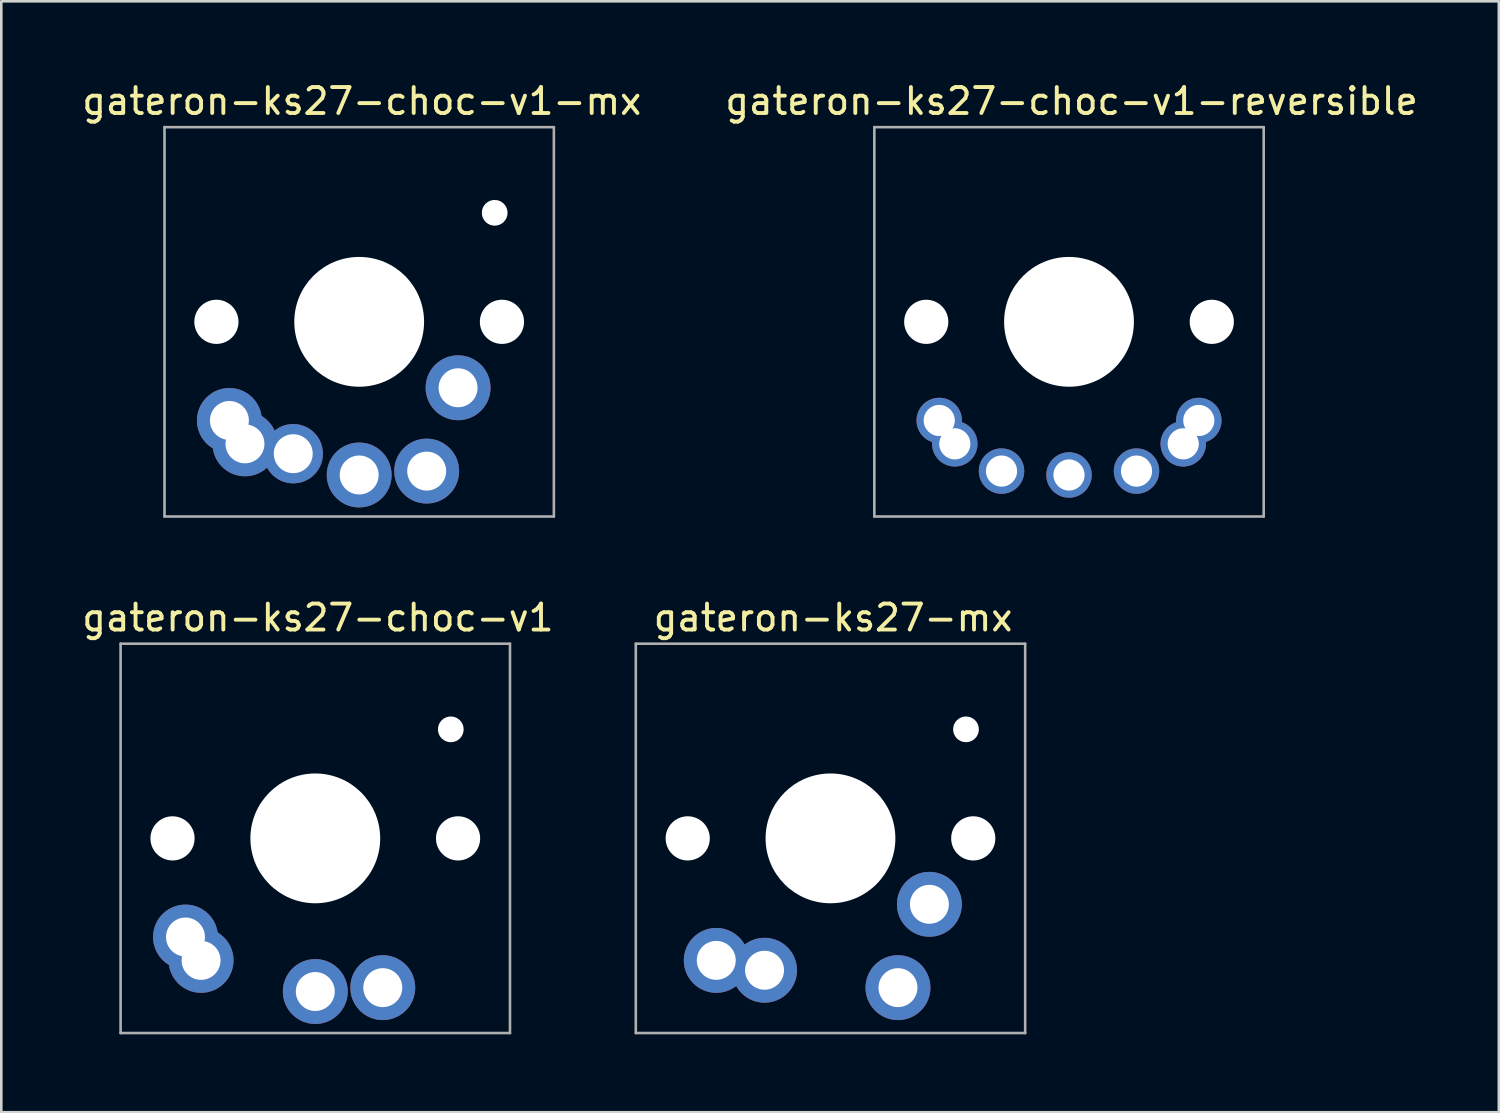
<source format=kicad_pcb>
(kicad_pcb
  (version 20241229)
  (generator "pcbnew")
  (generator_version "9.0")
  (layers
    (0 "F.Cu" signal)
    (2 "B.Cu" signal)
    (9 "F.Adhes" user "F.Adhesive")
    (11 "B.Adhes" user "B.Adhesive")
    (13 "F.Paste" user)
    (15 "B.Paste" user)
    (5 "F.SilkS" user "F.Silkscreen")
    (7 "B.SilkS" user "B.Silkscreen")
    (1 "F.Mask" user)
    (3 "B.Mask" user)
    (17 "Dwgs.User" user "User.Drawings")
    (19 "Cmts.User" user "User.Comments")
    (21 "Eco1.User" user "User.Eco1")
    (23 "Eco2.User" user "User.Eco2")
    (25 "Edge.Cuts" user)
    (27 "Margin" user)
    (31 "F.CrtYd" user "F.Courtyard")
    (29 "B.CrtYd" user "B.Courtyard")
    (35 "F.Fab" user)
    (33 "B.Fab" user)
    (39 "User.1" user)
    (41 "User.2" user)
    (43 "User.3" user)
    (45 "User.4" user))
  (footprint "gateron-ks27-choc-v1-reversible"
    (layer "F.Cu")
    (at 38.132 9.348)
    (property "Reference" "gateron-ks27-choc-v1-reversible" (at 0.1 -8.5 0) (unlocked yes) (layer "F.SilkS") (effects (font (size 1 1) (thickness 0.15))))
    (attr through_hole)
    (fp_line (start -7 -7) (end -7 7) (stroke (width 0.12) (type solid)) (layer "Eco2.User"))
    (fp_line (start -7 7) (end 7 7) (stroke (width 0.12) (type solid)) (layer "Eco2.User"))
    (fp_line (start -3.2 -6.3) (end -3.2 -3.1) (stroke (width 0.12) (type solid)) (layer "Eco2.User"))
    (fp_line (start 1.8 -6.3) (end -3.2 -6.3) (stroke (width 0.12) (type solid)) (layer "Eco2.User"))
    (fp_line (start 1.8 -6.3) (end 1.8 -3.1) (stroke (width 0.12) (type solid)) (layer "Eco2.User"))
    (fp_line (start 1.8 -3.1) (end -3.2 -3.1) (stroke (width 0.12) (type solid)) (layer "Eco2.User"))
    (fp_line (start 7 -7) (end -7 -7) (stroke (width 0.12) (type solid)) (layer "Eco2.User"))
    (fp_line (start 7 7) (end 7 -7) (stroke (width 0.12) (type solid)) (layer "Eco2.User"))
    (fp_line (start -7.5 -7.5) (end -7.5 7.5) (stroke (width 0.1) (type solid)) (layer "F.Fab"))
    (fp_line (start -7.5 7.5) (end 7.5 7.5) (stroke (width 0.1) (type solid)) (layer "F.Fab"))
    (fp_line (start 7.5 -7.5) (end -7.5 -7.5) (stroke (width 0.1) (type solid)) (layer "F.Fab"))
    (fp_line (start 7.5 7.5) (end 7.5 -7.5) (stroke (width 0.1) (type solid)) (layer "F.Fab"))
    (pad "" np_thru_hole circle (at -5.5 0) (size 1.702 1.702) (drill 1.702) (layers "*.Cu" "*.Mask"))
    (pad "" np_thru_hole circle (at 0 0) (size 5 5) (drill 5) (layers "*.Cu" "*.Mask"))
    (pad "" np_thru_hole circle (at 5.5 0) (size 1.702 1.702) (drill 1.702) (layers "*.Cu" "*.Mask"))
    (pad "1" thru_hole circle (at -2.6 5.75) (size 1.75 1.75) (drill 1.2) (layers "*.Cu" "*.Mask"))
    (pad "1" thru_hole circle (at 0 5.9) (size 1.75 1.75) (drill 1.2) (layers "*.Cu" "*.Mask"))
    (pad "1" thru_hole circle (at 2.6 5.75) (size 1.75 1.75) (drill 1.2) (layers "*.Cu" "*.Mask"))
    (pad "2" thru_hole circle (at -5 3.8) (size 1.75 1.75) (drill 1.2) (layers "*.Cu" "*.Mask"))
    (pad "2" thru_hole circle (at -4.4 4.7) (size 1.75 1.75) (drill 1.2) (layers "*.Cu" "*.Mask"))
    (pad "2" thru_hole circle (at 4.4 4.7) (size 1.75 1.75) (drill 1.2) (layers "*.Cu" "*.Mask"))
    (pad "2" thru_hole circle (at 5 3.8) (size 1.75 1.75) (drill 1.2) (layers "*.Cu" "*.Mask")))
  (footprint "gateron-ks27-choc-v1"
    (layer "F.Cu")
    (at 9.096 29.247)
    (property "Reference" "gateron-ks27-choc-v1" (at 0.1 -8.5 0) (unlocked yes) (layer "F.SilkS") (effects (font (size 1 1) (thickness 0.15))))
    (attr through_hole)
    (fp_line (start -7 -7) (end -7 7) (stroke (width 0.12) (type solid)) (layer "Eco2.User"))
    (fp_line (start -7 7) (end 7 7) (stroke (width 0.12) (type solid)) (layer "Eco2.User"))
    (fp_line (start -3.2 -6.3) (end -3.2 -3.1) (stroke (width 0.12) (type solid)) (layer "Eco2.User"))
    (fp_line (start 1.8 -6.3) (end -3.2 -6.3) (stroke (width 0.12) (type solid)) (layer "Eco2.User"))
    (fp_line (start 1.8 -6.3) (end 1.8 -3.1) (stroke (width 0.12) (type solid)) (layer "Eco2.User"))
    (fp_line (start 1.8 -3.1) (end -3.2 -3.1) (stroke (width 0.12) (type solid)) (layer "Eco2.User"))
    (fp_line (start 7 -7) (end -7 -7) (stroke (width 0.12) (type solid)) (layer "Eco2.User"))
    (fp_line (start 7 7) (end 7 -7) (stroke (width 0.12) (type solid)) (layer "Eco2.User"))
    (fp_line (start -7.5 -7.5) (end -7.5 7.5) (stroke (width 0.1) (type solid)) (layer "F.Fab"))
    (fp_line (start -7.5 7.5) (end 7.5 7.5) (stroke (width 0.1) (type solid)) (layer "F.Fab"))
    (fp_line (start 7.5 -7.5) (end -7.5 -7.5) (stroke (width 0.1) (type solid)) (layer "F.Fab"))
    (fp_line (start 7.5 7.5) (end 7.5 -7.5) (stroke (width 0.1) (type solid)) (layer "F.Fab"))
    (pad "" np_thru_hole circle (at -5.5 0) (size 1.702 1.702) (drill 1.702) (layers "*.Cu" "*.Mask"))
    (pad "" np_thru_hole circle (at 0 0) (size 5 5) (drill 5) (layers "*.Cu" "*.Mask"))
    (pad "" np_thru_hole circle (at 5.22 -4.2) (size 0.991 0.991) (drill 0.991) (layers "*.Cu" "*.Mask"))
    (pad "" np_thru_hole circle (at 5.5 0) (size 1.702 1.702) (drill 1.702) (layers "*.Cu" "*.Mask"))
    (pad "1" thru_hole circle (at 0 5.9) (size 2.5 2.5) (drill 1.5) (layers "*.Cu" "*.Mask"))
    (pad "1" thru_hole circle (at 2.6 5.75) (size 2.5 2.5) (drill 1.5) (layers "*.Cu" "*.Mask"))
    (pad "2" thru_hole circle (at -5 3.8) (size 2.5 2.5) (drill 1.5) (layers "*.Cu" "*.Mask"))
    (pad "2" thru_hole circle (at -4.4 4.7) (size 2.5 2.5) (drill 1.5) (layers "*.Cu" "*.Mask")))
  (footprint "gateron-ks27-choc-v1-mx"
    (layer "F.Cu")
    (at 10.787 9.348)
    (property "Reference" "gateron-ks27-choc-v1-mx" (at 0.1 -8.5 0) (unlocked yes) (layer "F.SilkS") (effects (font (size 1 1) (thickness 0.15))))
    (attr through_hole)
    (fp_line (start -7 -7) (end -7 7) (stroke (width 0.12) (type solid)) (layer "Eco2.User"))
    (fp_line (start -7 7) (end 7 7) (stroke (width 0.12) (type solid)) (layer "Eco2.User"))
    (fp_line (start -3.2 -6.3) (end -3.2 -3.1) (stroke (width 0.12) (type solid)) (layer "Eco2.User"))
    (fp_line (start 1.8 -6.3) (end -3.2 -6.3) (stroke (width 0.12) (type solid)) (layer "Eco2.User"))
    (fp_line (start 1.8 -6.3) (end 1.8 -3.1) (stroke (width 0.12) (type solid)) (layer "Eco2.User"))
    (fp_line (start 1.8 -3.1) (end -3.2 -3.1) (stroke (width 0.12) (type solid)) (layer "Eco2.User"))
    (fp_line (start 7 -7) (end -7 -7) (stroke (width 0.12) (type solid)) (layer "Eco2.User"))
    (fp_line (start 7 7) (end 7 -7) (stroke (width 0.12) (type solid)) (layer "Eco2.User"))
    (fp_line (start -7.5 -7.5) (end -7.5 7.5) (stroke (width 0.1) (type solid)) (layer "F.Fab"))
    (fp_line (start -7.5 7.5) (end 7.5 7.5) (stroke (width 0.1) (type solid)) (layer "F.Fab"))
    (fp_line (start 7.5 -7.5) (end -7.5 -7.5) (stroke (width 0.1) (type solid)) (layer "F.Fab"))
    (fp_line (start 7.5 7.5) (end 7.5 -7.5) (stroke (width 0.1) (type solid)) (layer "F.Fab"))
    (pad "" np_thru_hole circle (at -5.5 0) (size 1.702 1.702) (drill 1.702) (layers "*.Cu" "*.Mask"))
    (pad "" np_thru_hole circle (at 0 0) (size 5 5) (drill 5) (layers "*.Cu" "*.Mask"))
    (pad "" np_thru_hole circle (at 5.22 -4.2) (size 0.991 0.991) (drill 0.991) (layers "*.Cu" "*.Mask"))
    (pad "" np_thru_hole circle (at 5.5 0) (size 1.702 1.702) (drill 1.702) (layers "*.Cu" "*.Mask"))
    (pad "1" thru_hole circle (at 0 5.9) (size 2.5 2.5) (drill 1.5) (layers "*.Cu" "*.Mask"))
    (pad "1" thru_hole circle (at 2.6 5.75) (size 2.5 2.5) (drill 1.5) (layers "*.Cu" "*.Mask"))
    (pad "1" thru_hole circle (at 3.81 2.54) (size 2.5 2.5) (drill 1.5) (layers "*.Cu" "*.Mask"))
    (pad "2" thru_hole circle (at -5 3.8) (size 2.5 2.5) (drill 1.5) (layers "*.Cu" "*.Mask"))
    (pad "2" thru_hole circle (at -4.4 4.7) (size 2.5 2.5) (drill 1.5) (layers "*.Cu" "*.Mask"))
    (pad "2" thru_hole circle (at -2.54 5.08) (size 2.286 2.286) (drill 1.5) (layers "*.Cu" "*.Mask")))
  (footprint "gateron-ks27-mx"
    (layer "F.Cu")
    (at 28.943 29.247)
    (property "Reference" "gateron-ks27-mx" (at 0.1 -8.5 0) (unlocked yes) (layer "F.SilkS") (effects (font (size 1 1) (thickness 0.15))))
    (attr through_hole)
    (fp_line (start -7 -7) (end -7 7) (stroke (width 0.12) (type solid)) (layer "Eco2.User"))
    (fp_line (start -7 7) (end 7 7) (stroke (width 0.12) (type solid)) (layer "Eco2.User"))
    (fp_line (start -3.2 -6.3) (end -3.2 -3.1) (stroke (width 0.12) (type solid)) (layer "Eco2.User"))
    (fp_line (start 1.8 -6.3) (end -3.2 -6.3) (stroke (width 0.12) (type solid)) (layer "Eco2.User"))
    (fp_line (start 1.8 -6.3) (end 1.8 -3.1) (stroke (width 0.12) (type solid)) (layer "Eco2.User"))
    (fp_line (start 1.8 -3.1) (end -3.2 -3.1) (stroke (width 0.12) (type solid)) (layer "Eco2.User"))
    (fp_line (start 7 -7) (end -7 -7) (stroke (width 0.12) (type solid)) (layer "Eco2.User"))
    (fp_line (start 7 7) (end 7 -7) (stroke (width 0.12) (type solid)) (layer "Eco2.User"))
    (fp_line (start -7.5 -7.5) (end -7.5 7.5) (stroke (width 0.1) (type solid)) (layer "F.Fab"))
    (fp_line (start -7.5 7.5) (end 7.5 7.5) (stroke (width 0.1) (type solid)) (layer "F.Fab"))
    (fp_line (start 7.5 -7.5) (end -7.5 -7.5) (stroke (width 0.1) (type solid)) (layer "F.Fab"))
    (fp_line (start 7.5 7.5) (end 7.5 -7.5) (stroke (width 0.1) (type solid)) (layer "F.Fab"))
    (pad "" np_thru_hole circle (at -5.5 0) (size 1.702 1.702) (drill 1.702) (layers "*.Cu" "*.Mask"))
    (pad "" np_thru_hole circle (at 0 0) (size 5 5) (drill 5) (layers "*.Cu" "*.Mask"))
    (pad "" np_thru_hole circle (at 5.22 -4.2) (size 0.991 0.991) (drill 0.991) (layers "*.Cu" "*.Mask"))
    (pad "" np_thru_hole circle (at 5.5 0) (size 1.702 1.702) (drill 1.702) (layers "*.Cu" "*.Mask"))
    (pad "1" thru_hole circle (at 2.6 5.75) (size 2.5 2.5) (drill 1.5) (layers "*.Cu" "*.Mask"))
    (pad "1" thru_hole circle (at 3.81 2.54) (size 2.5 2.5) (drill 1.5) (layers "*.Cu" "*.Mask"))
    (pad "2" thru_hole circle (at -4.4 4.7) (size 2.5 2.5) (drill 1.5) (layers "*.Cu" "*.Mask"))
    (pad "2" thru_hole circle (at -2.54 5.08) (size 2.5 2.5) (drill 1.5) (layers "*.Cu" "*.Mask")))
  (gr_rect
    (start -3 -3)
    (end 54.69 39.797)
    (stroke (width 0.1) (type default))
    (fill no)
    (layer "Edge.Cuts")))
</source>
